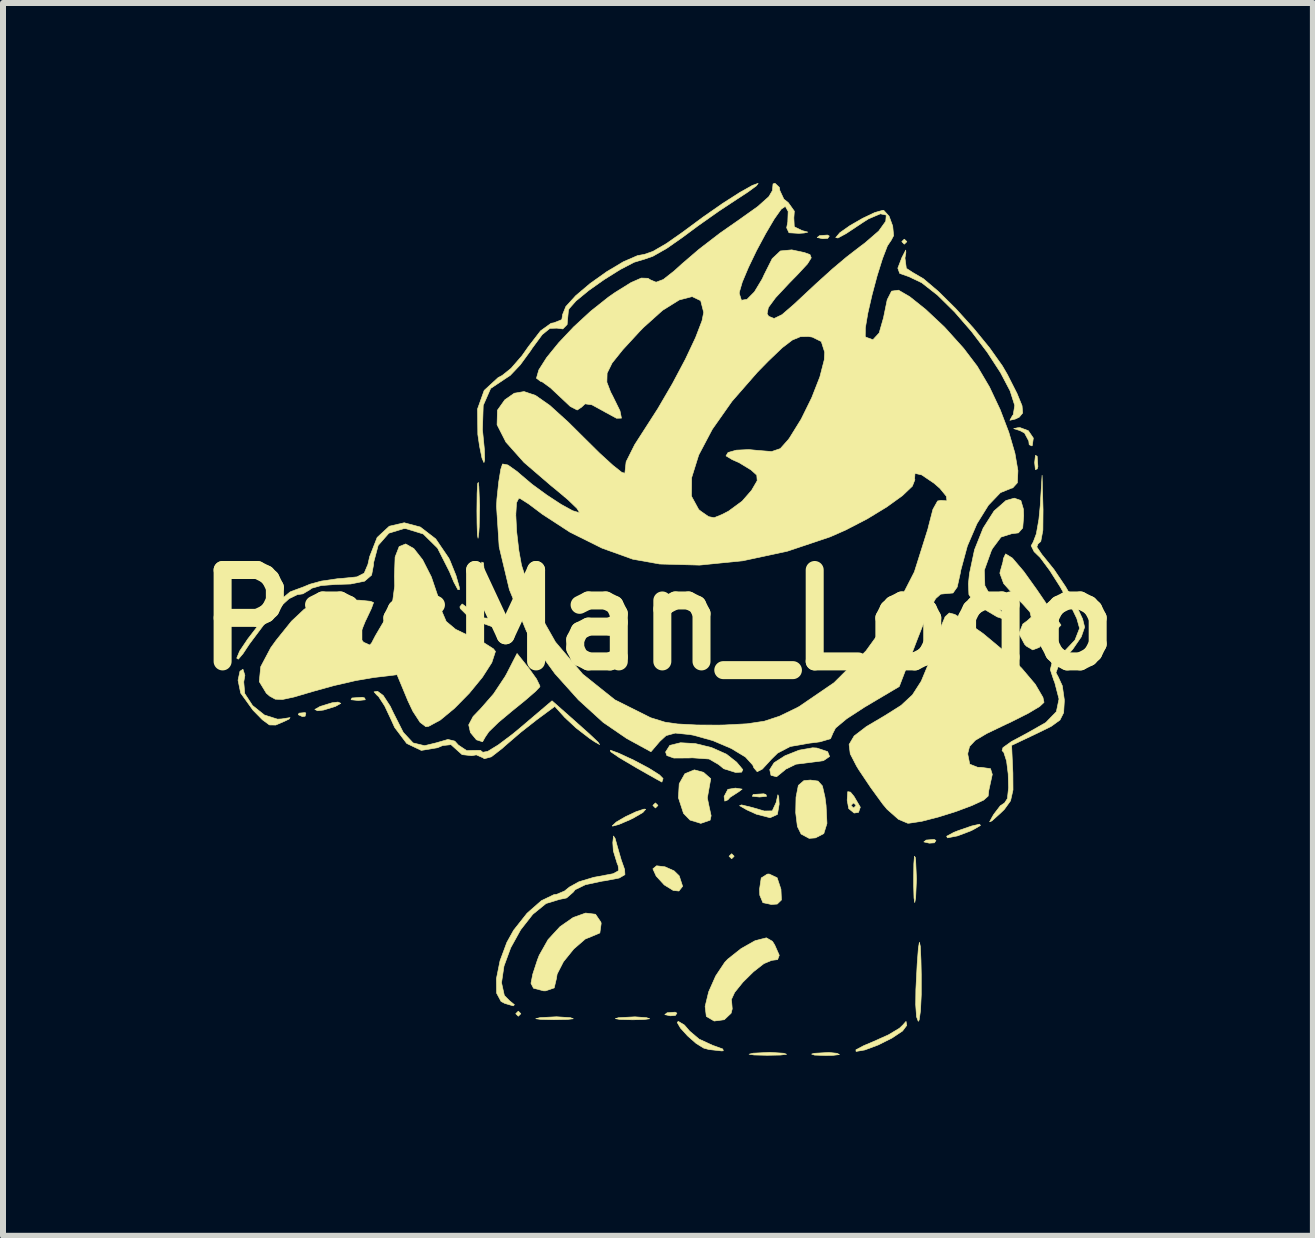
<source format=kicad_pcb>
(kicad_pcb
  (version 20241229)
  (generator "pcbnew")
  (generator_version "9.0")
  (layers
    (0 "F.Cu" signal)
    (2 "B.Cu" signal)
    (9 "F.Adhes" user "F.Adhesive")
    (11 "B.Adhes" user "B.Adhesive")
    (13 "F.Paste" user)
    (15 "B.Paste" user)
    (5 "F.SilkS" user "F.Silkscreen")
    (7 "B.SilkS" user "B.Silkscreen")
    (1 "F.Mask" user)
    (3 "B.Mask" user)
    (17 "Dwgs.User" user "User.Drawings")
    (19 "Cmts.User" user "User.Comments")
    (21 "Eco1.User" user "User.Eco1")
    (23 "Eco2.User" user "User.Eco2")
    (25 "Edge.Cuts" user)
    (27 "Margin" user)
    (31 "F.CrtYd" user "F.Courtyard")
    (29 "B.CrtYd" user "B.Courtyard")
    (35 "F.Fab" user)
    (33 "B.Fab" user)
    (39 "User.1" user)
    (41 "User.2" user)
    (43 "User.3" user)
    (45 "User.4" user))
  (footprint "PacMan_Logo"
    (layer "F.Cu")
    (at 7.918 7.286)
    (property "Reference" "PacMan_Logo" (at 0 0 0) (layer "F.SilkS") (effects (font (size 1.524 1.524) (thickness 0.3))))
    (attr through_hole)
    (fp_poly (pts (xy -2.286 6.562) (xy -2.328 6.604) (xy -2.371 6.562) (xy -2.328 6.519) (xy -2.286 6.562)) (stroke (width 0.01) (type solid)) (fill yes) (layer "F.SilkS"))
    (fp_poly (pts (xy 0 3.09) (xy -0.042 3.133) (xy -0.085 3.09) (xy -0.042 3.048) (xy 0 3.09)) (stroke (width 0.01) (type solid)) (fill yes) (layer "F.SilkS"))
    (fp_poly (pts (xy 1.27 3.937) (xy 1.228 3.979) (xy 1.185 3.937) (xy 1.228 3.895) (xy 1.27 3.937)) (stroke (width 0.01) (type solid)) (fill yes) (layer "F.SilkS"))
    (fp_poly (pts (xy 4.149 -6.308) (xy 4.106 -6.265) (xy 4.064 -6.308) (xy 4.106 -6.35) (xy 4.149 -6.308)) (stroke (width 0.01) (type solid)) (fill yes) (layer "F.SilkS"))
    (fp_poly (pts (xy -5.87 1.552) (xy -5.882 1.603) (xy -5.927 1.609) (xy -5.996 1.578) (xy -5.983 1.552) (xy -5.883 1.542) (xy -5.87 1.552)) (stroke (width 0.01) (type solid)) (fill yes) (layer "F.SilkS"))
    (fp_poly (pts (xy -4.889 1.299) (xy -4.879 1.329) (xy -4.995 1.341) (xy -5.116 1.328) (xy -5.101 1.299) (xy -4.928 1.287) (xy -4.889 1.299)) (stroke (width 0.01) (type solid)) (fill yes) (layer "F.SilkS"))
    (fp_poly (pts (xy -2.907 -0.953) (xy -2.896 -0.779) (xy -2.907 -0.741) (xy -2.938 -0.73) (xy -2.95 -0.847) (xy -2.937 -0.967) (xy -2.907 -0.953)) (stroke (width 0.01) (type solid)) (fill yes) (layer "F.SilkS"))
    (fp_poly (pts (xy 0.316 6.553) (xy 0.29 6.591) (xy 0.205 6.597) (xy 0.114 6.577) (xy 0.153 6.546) (xy 0.286 6.536) (xy 0.316 6.553)) (stroke (width 0.01) (type solid)) (fill yes) (layer "F.SilkS"))
    (fp_poly (pts (xy 1.799 2.907) (xy 1.81 2.938) (xy 1.693 2.95) (xy 1.573 2.937) (xy 1.587 2.907) (xy 1.761 2.896) (xy 1.799 2.907)) (stroke (width 0.01) (type solid)) (fill yes) (layer "F.SilkS"))
    (fp_poly (pts (xy 2.856 -6.401) (xy 2.83 -6.363) (xy 2.745 -6.357) (xy 2.654 -6.377) (xy 2.693 -6.408) (xy 2.826 -6.418) (xy 2.856 -6.401)) (stroke (width 0.01) (type solid)) (fill yes) (layer "F.SilkS"))
    (fp_poly (pts (xy 4.634 3.674) (xy 4.608 3.713) (xy 4.523 3.719) (xy 4.432 3.698) (xy 4.471 3.667) (xy 4.604 3.657) (xy 4.634 3.674)) (stroke (width 0.01) (type solid)) (fill yes) (layer "F.SilkS"))
    (fp_poly (pts (xy 6.321 -2.731) (xy 6.333 -2.557) (xy 6.321 -2.519) (xy 6.291 -2.508) (xy 6.279 -2.625) (xy 6.292 -2.745) (xy 6.321 -2.731)) (stroke (width 0.01) (type solid)) (fill yes) (layer "F.SilkS"))
    (fp_poly (pts (xy -5.287 1.388) (xy -5.376 1.439) (xy -5.574 1.5) (xy -5.673 1.512) (xy -5.72 1.49) (xy -5.63 1.439) (xy -5.433 1.379) (xy -5.334 1.367) (xy -5.287 1.388)) (stroke (width 0.01) (type solid)) (fill yes) (layer "F.SilkS"))
    (fp_poly (pts (xy -2.787 -0.432) (xy -2.737 -0.269) (xy -2.739 -0.196) (xy -2.792 -0.231) (xy -2.826 -0.3) (xy -2.87 -0.476) (xy -2.873 -0.536) (xy -2.844 -0.545) (xy -2.787 -0.432)) (stroke (width 0.01) (type solid)) (fill yes) (layer "F.SilkS"))
    (fp_poly (pts (xy -0.191 6.628) (xy -0.138 6.646) (xy -0.234 6.659) (xy -0.423 6.663) (xy -0.632 6.658) (xy -0.711 6.644) (xy -0.656 6.628) (xy -0.383 6.614) (xy -0.191 6.628)) (stroke (width 0.01) (type solid)) (fill yes) (layer "F.SilkS"))
    (fp_poly (pts (xy 1.403 2.818) (xy 1.355 2.856) (xy 1.202 2.955) (xy 1.165 2.997) (xy 1.114 3.018) (xy 1.102 2.942) (xy 1.165 2.822) (xy 1.291 2.801) (xy 1.403 2.818)) (stroke (width 0.01) (type solid)) (fill yes) (layer "F.SilkS"))
    (fp_poly (pts (xy 2.985 7.222) (xy 3.025 7.243) (xy 2.918 7.256) (xy 2.794 7.258) (xy 2.611 7.252) (xy 2.561 7.235) (xy 2.603 7.222) (xy 2.85 7.208) (xy 2.985 7.222)) (stroke (width 0.01) (type solid)) (fill yes) (layer "F.SilkS"))
    (fp_poly (pts (xy -1.459 6.628) (xy -1.412 6.646) (xy -1.513 6.658) (xy -1.736 6.662) (xy -1.953 6.657) (xy -2.037 6.645) (xy -1.969 6.628) (xy -1.967 6.627) (xy -1.691 6.613) (xy -1.459 6.628)) (stroke (width 0.01) (type solid)) (fill yes) (layer "F.SilkS"))
    (fp_poly (pts (xy 2.097 7.221) (xy 2.144 7.238) (xy 2.043 7.251) (xy 1.82 7.255) (xy 1.603 7.25) (xy 1.519 7.237) (xy 1.587 7.22) (xy 1.589 7.22) (xy 1.865 7.206) (xy 2.097 7.221)) (stroke (width 0.01) (type solid)) (fill yes) (layer "F.SilkS"))
    (fp_poly (pts (xy 0.117 4.113) (xy 0.268 4.18) (xy 0.354 4.264) (xy 0.411 4.438) (xy 0.349 4.517) (xy 0.254 4.507) (xy 0.105 4.415) (xy -0.03 4.268) (xy -0.085 4.147) (xy -0.023 4.096) (xy 0.117 4.113)) (stroke (width 0.01) (type solid)) (fill yes) (layer "F.SilkS"))
    (fp_poly (pts (xy 4.289 3.956) (xy 4.295 4) (xy 4.309 4.318) (xy 4.295 4.636) (xy 4.28 4.71) (xy 4.268 4.633) (xy 4.262 4.422) (xy 4.262 4.318) (xy 4.265 4.064) (xy 4.275 3.937) (xy 4.289 3.956)) (stroke (width 0.01) (type solid)) (fill yes) (layer "F.SilkS"))
    (fp_poly (pts (xy -2.986 -2.225) (xy -2.973 -1.905) (xy -2.98 -1.552) (xy -2.986 -1.463) (xy -2.999 -1.364) (xy -3.01 -1.419) (xy -3.016 -1.614) (xy -3.018 -1.82) (xy -3.015 -2.108) (xy -3.007 -2.272) (xy -2.995 -2.295) (xy -2.986 -2.225)) (stroke (width 0.01) (type solid)) (fill yes) (layer "F.SilkS"))
    (fp_poly (pts (xy -0.205 3.154) (xy -0.251 3.207) (xy -0.406 3.298) (xy -0.467 3.328) (xy -0.654 3.408) (xy -0.756 3.435) (xy -0.762 3.43) (xy -0.695 3.367) (xy -0.54 3.277) (xy -0.363 3.194) (xy -0.232 3.151) (xy -0.205 3.154)) (stroke (width 0.01) (type solid)) (fill yes) (layer "F.SilkS"))
    (fp_poly (pts (xy 1.986 4.295) (xy 2.05 4.487) (xy 2.058 4.666) (xy 1.988 4.734) (xy 1.89 4.741) (xy 1.749 4.711) (xy 1.697 4.586) (xy 1.693 4.487) (xy 1.721 4.299) (xy 1.822 4.235) (xy 1.853 4.233) (xy 1.986 4.295)) (stroke (width 0.01) (type solid)) (fill yes) (layer "F.SilkS"))
    (fp_poly (pts (xy 5.376 3.424) (xy 5.253 3.495) (xy 5.207 3.517) (xy 4.992 3.598) (xy 4.827 3.63) (xy 4.826 3.63) (xy 4.812 3.604) (xy 4.93 3.54) (xy 4.995 3.514) (xy 5.228 3.433) (xy 5.361 3.403) (xy 5.376 3.424)) (stroke (width 0.01) (type solid)) (fill yes) (layer "F.SilkS"))
    (fp_poly (pts (xy 6.173 -3.157) (xy 6.257 -3.034) (xy 6.24 -2.911) (xy 6.233 -2.903) (xy 6.188 -2.923) (xy 6.181 -2.985) (xy 6.11 -3.118) (xy 6.032 -3.159) (xy 5.93 -3.191) (xy 5.993 -3.205) (xy 6.035 -3.208) (xy 6.173 -3.157)) (stroke (width 0.01) (type solid)) (fill yes) (layer "F.SilkS"))
    (fp_poly (pts (xy -0.654 2.22) (xy -0.402 2.337) (xy -0.151 2.47) (xy 0.025 2.581) (xy 0.085 2.642) (xy 0.065 2.701) (xy 0.064 2.7) (xy -0.015 2.657) (xy -0.196 2.555) (xy -0.356 2.464) (xy -0.642 2.295) (xy -0.788 2.195) (xy -0.793 2.169) (xy -0.654 2.22)) (stroke (width 0.01) (type solid)) (fill yes) (layer "F.SilkS"))
    (fp_poly (pts (xy 4.147 6.756) (xy 4.077 6.85) (xy 3.9 6.968) (xy 3.673 7.082) (xy 3.448 7.166) (xy 3.302 7.191) (xy 3.3 7.163) (xy 3.429 7.095) (xy 3.592 7.026) (xy 3.842 6.914) (xy 4.024 6.805) (xy 4.077 6.755) (xy 4.135 6.69) (xy 4.147 6.756)) (stroke (width 0.01) (type solid)) (fill yes) (layer "F.SilkS"))
    (fp_poly (pts (xy 4.373 5.438) (xy 4.384 5.675) (xy 4.389 5.905) (xy 4.389 6.246) (xy 4.376 6.512) (xy 4.354 6.666) (xy 4.339 6.689) (xy 4.31 6.612) (xy 4.296 6.411) (xy 4.299 6.16) (xy 4.321 5.731) (xy 4.341 5.468) (xy 4.358 5.37) (xy 4.373 5.438)) (stroke (width 0.01) (type solid)) (fill yes) (layer "F.SilkS"))
    (fp_poly (pts (xy 0.759 2.538) (xy 0.88 2.645) (xy 0.857 2.772) (xy 0.823 2.965) (xy 0.85 3.098) (xy 0.886 3.262) (xy 0.869 3.336) (xy 0.714 3.389) (xy 0.534 3.334) (xy 0.426 3.223) (xy 0.341 2.962) (xy 0.354 2.729) (xy 0.448 2.562) (xy 0.606 2.497) (xy 0.759 2.538)) (stroke (width 0.01) (type solid)) (fill yes) (layer "F.SilkS"))
    (fp_poly (pts (xy 2.013 2.945) (xy 2.02 3.069) (xy 1.991 3.24) (xy 1.869 3.295) (xy 1.64 3.236) (xy 1.482 3.164) (xy 1.36 3.094) (xy 1.393 3.081) (xy 1.574 3.125) (xy 1.771 3.183) (xy 1.905 3.181) (xy 1.97 3.041) (xy 1.971 3.035) (xy 1.999 2.912) (xy 2.013 2.945)) (stroke (width 0.01) (type solid)) (fill yes) (layer "F.SilkS"))
    (fp_poly (pts (xy 0.441 6.751) (xy 0.527 6.851) (xy 0.685 6.985) (xy 0.915 7.091) (xy 0.934 7.097) (xy 1.08 7.15) (xy 1.089 7.18) (xy 1.058 7.182) (xy 0.85 7.159) (xy 0.762 7.135) (xy 0.636 7.057) (xy 0.494 6.932) (xy 0.375 6.801) (xy 0.321 6.708) (xy 0.338 6.689) (xy 0.441 6.751)) (stroke (width 0.01) (type solid)) (fill yes) (layer "F.SilkS"))
    (fp_poly (pts (xy 2.648 2.133) (xy 2.828 2.193) (xy 2.861 2.274) (xy 2.758 2.344) (xy 2.557 2.371) (xy 2.299 2.403) (xy 2.127 2.487) (xy 2.117 2.498) (xy 1.977 2.612) (xy 1.884 2.588) (xy 1.863 2.493) (xy 1.936 2.378) (xy 2.119 2.261) (xy 2.352 2.169) (xy 2.578 2.129) (xy 2.648 2.133)) (stroke (width 0.01) (type solid)) (fill yes) (layer "F.SilkS"))
    (fp_poly (pts (xy 2.668 2.684) (xy 2.741 2.765) (xy 2.784 2.952) (xy 2.802 3.09) (xy 2.817 3.39) (xy 2.764 3.56) (xy 2.625 3.631) (xy 2.52 3.639) (xy 2.386 3.567) (xy 2.324 3.441) (xy 2.296 3.212) (xy 2.301 2.954) (xy 2.34 2.756) (xy 2.432 2.677) (xy 2.54 2.667) (xy 2.668 2.684)) (stroke (width 0.01) (type solid)) (fill yes) (layer "F.SilkS"))
    (fp_poly (pts (xy 3.209 2.868) (xy 3.268 2.94) (xy 3.373 3.119) (xy 3.343 3.206) (xy 3.27 3.217) (xy 3.18 3.144) (xy 3.17 3.09) (xy 3.217 3.09) (xy 3.26 3.133) (xy 3.302 3.09) (xy 3.26 3.048) (xy 3.217 3.09) (xy 3.17 3.09) (xy 3.154 3.004) (xy 3.163 2.86) (xy 3.209 2.868)) (stroke (width 0.01) (type solid)) (fill yes) (layer "F.SilkS"))
    (fp_poly (pts (xy -3.144 -0.18) (xy -3.125 -0.162) (xy -2.931 -0.038) (xy -2.786 -0.027) (xy -2.674 -0.033) (xy -2.667 0.001) (xy -2.645 0.088) (xy -2.604 0.113) (xy -2.555 0.152) (xy -2.582 0.158) (xy -2.709 0.13) (xy -2.92 0.055) (xy -2.985 0.029) (xy -3.184 -0.081) (xy -3.295 -0.192) (xy -3.302 -0.221) (xy -3.264 -0.269) (xy -3.144 -0.18)) (stroke (width 0.01) (type solid)) (fill yes) (layer "F.SilkS"))
    (fp_poly (pts (xy 0.623 2.059) (xy 0.892 2.125) (xy 1.142 2.236) (xy 1.312 2.37) (xy 1.414 2.493) (xy 1.395 2.535) (xy 1.293 2.54) (xy 1.096 2.478) (xy 1.011 2.408) (xy 0.852 2.316) (xy 0.57 2.296) (xy 0.514 2.299) (xy 0.265 2.3) (xy 0.148 2.259) (xy 0.127 2.199) (xy 0.197 2.089) (xy 0.376 2.045) (xy 0.623 2.059)) (stroke (width 0.01) (type solid)) (fill yes) (layer "F.SilkS"))
    (fp_poly (pts (xy -6.886 0.922) (xy -6.905 1.031) (xy -6.888 1.226) (xy -6.758 1.425) (xy -6.56 1.583) (xy -6.342 1.652) (xy -6.272 1.648) (xy -6.133 1.626) (xy -6.149 1.65) (xy -6.223 1.686) (xy -6.372 1.75) (xy -6.477 1.748) (xy -6.594 1.662) (xy -6.75 1.503) (xy -6.956 1.217) (xy -7 1.003) (xy -6.968 0.853) (xy -6.918 0.82) (xy -6.886 0.922)) (stroke (width 0.01) (type solid)) (fill yes) (layer "F.SilkS"))
    (fp_poly (pts (xy -2.149 0.808) (xy -2.024 0.983) (xy -1.968 1.099) (xy -1.969 1.113) (xy -2.041 1.189) (xy -2.211 1.336) (xy -2.434 1.517) (xy -2.66 1.706) (xy -2.82 1.862) (xy -2.879 1.949) (xy -2.924 2.029) (xy -3.026 1.996) (xy -3.126 1.875) (xy -3.155 1.747) (xy -3.081 1.607) (xy -2.952 1.473) (xy -2.74 1.23) (xy -2.55 0.944) (xy -2.521 0.892) (xy -2.349 0.557) (xy -2.149 0.808)) (stroke (width 0.01) (type solid)) (fill yes) (layer "F.SilkS"))
    (fp_poly (pts (xy -1.041 4.904) (xy -0.951 5.036) (xy -0.947 5.059) (xy -0.969 5.216) (xy -1.046 5.249) (xy -1.212 5.317) (xy -1.404 5.483) (xy -1.576 5.696) (xy -1.681 5.901) (xy -1.693 5.976) (xy -1.73 6.132) (xy -1.871 6.18) (xy -1.905 6.181) (xy -2.075 6.137) (xy -2.117 6.055) (xy -2.087 5.902) (xy -2.011 5.67) (xy -1.98 5.589) (xy -1.832 5.327) (xy -1.633 5.111) (xy -1.413 4.958) (xy -1.206 4.884) (xy -1.041 4.904)) (stroke (width 0.01) (type solid)) (fill yes) (layer "F.SilkS"))
    (fp_poly (pts (xy 5.908 -1.033) (xy 6.097 -0.811) (xy 6.314 -0.508) (xy 6.718 0.084) (xy 6.519 0.296) (xy 6.355 0.456) (xy 6.247 0.497) (xy 6.143 0.436) (xy 6.113 0.406) (xy 6.017 0.227) (xy 6.082 0.066) (xy 6.154 0.013) (xy 6.222 -0.048) (xy 6.201 -0.133) (xy 6.073 -0.276) (xy 5.975 -0.37) (xy 5.762 -0.609) (xy 5.699 -0.781) (xy 5.705 -0.809) (xy 5.751 -0.971) (xy 5.757 -1.023) (xy 5.795 -1.103) (xy 5.908 -1.033)) (stroke (width 0.01) (type solid)) (fill yes) (layer "F.SilkS"))
    (fp_poly (pts (xy 1.908 5.355) (xy 1.946 5.416) (xy 2.022 5.588) (xy 1.994 5.66) (xy 1.894 5.673) (xy 1.765 5.727) (xy 1.591 5.863) (xy 1.415 6.037) (xy 1.278 6.207) (xy 1.222 6.329) (xy 1.227 6.349) (xy 1.238 6.481) (xy 1.219 6.554) (xy 1.105 6.662) (xy 0.937 6.684) (xy 0.806 6.607) (xy 0.806 6.606) (xy 0.786 6.441) (xy 0.845 6.197) (xy 0.962 5.933) (xy 1.113 5.706) (xy 1.163 5.653) (xy 1.385 5.477) (xy 1.611 5.349) (xy 1.628 5.342) (xy 1.807 5.297) (xy 1.908 5.355)) (stroke (width 0.01) (type solid)) (fill yes) (layer "F.SilkS"))
    (fp_poly (pts (xy 6.049 -1.993) (xy 6.092 -1.848) (xy 6.096 -1.736) (xy 6.08 -1.535) (xy 6.008 -1.453) (xy 5.894 -1.439) (xy 5.718 -1.383) (xy 5.575 -1.192) (xy 5.555 -1.151) (xy 5.44 -0.831) (xy 5.449 -0.574) (xy 5.587 -0.323) (xy 5.638 -0.26) (xy 5.771 -0.082) (xy 5.777 -0.012) (xy 5.654 -0.053) (xy 5.43 -0.185) (xy 5.259 -0.307) (xy 5.183 -0.425) (xy 5.175 -0.605) (xy 5.192 -0.772) (xy 5.277 -1.173) (xy 5.421 -1.533) (xy 5.602 -1.818) (xy 5.801 -1.993) (xy 5.94 -2.032) (xy 6.049 -1.993)) (stroke (width 0.01) (type solid)) (fill yes) (layer "F.SilkS"))
    (fp_poly (pts (xy 4.132 -6.122) (xy 4.117 -6.035) (xy 4.14 -5.863) (xy 4.241 -5.797) (xy 4.424 -5.69) (xy 4.675 -5.477) (xy 4.963 -5.192) (xy 5.257 -4.868) (xy 5.527 -4.538) (xy 5.742 -4.235) (xy 5.824 -4.094) (xy 5.986 -3.775) (xy 6.069 -3.572) (xy 6.079 -3.451) (xy 6.022 -3.382) (xy 5.957 -3.351) (xy 5.866 -3.33) (xy 5.907 -3.405) (xy 5.922 -3.423) (xy 5.947 -3.577) (xy 5.87 -3.82) (xy 5.71 -4.125) (xy 5.489 -4.464) (xy 5.226 -4.811) (xy 4.943 -5.137) (xy 4.659 -5.417) (xy 4.396 -5.623) (xy 4.182 -5.725) (xy 4.03 -5.778) (xy 3.998 -5.866) (xy 4.067 -6.045) (xy 4.072 -6.054) (xy 4.13 -6.167) (xy 4.132 -6.122)) (stroke (width 0.01) (type solid)) (fill yes) (layer "F.SilkS"))
    (fp_poly (pts (xy -0.714 3.641) (xy -0.679 3.768) (xy -0.613 3.997) (xy -0.556 4.158) (xy -0.551 4.244) (xy -0.646 4.3) (xy -0.873 4.344) (xy -0.931 4.352) (xy -1.211 4.412) (xy -1.381 4.495) (xy -1.41 4.533) (xy -1.523 4.632) (xy -1.643 4.657) (xy -1.866 4.725) (xy -2.087 4.905) (xy -2.289 5.163) (xy -2.455 5.463) (xy -2.567 5.768) (xy -2.608 6.045) (xy -2.561 6.258) (xy -2.477 6.343) (xy -2.393 6.412) (xy -2.413 6.431) (xy -2.554 6.39) (xy -2.616 6.357) (xy -2.69 6.219) (xy -2.693 5.978) (xy -2.633 5.68) (xy -2.519 5.373) (xy -2.406 5.17) (xy -2.182 4.887) (xy -1.944 4.678) (xy -1.734 4.577) (xy -1.69 4.572) (xy -1.558 4.517) (xy -1.475 4.45) (xy -1.318 4.363) (xy -1.073 4.289) (xy -0.975 4.271) (xy -0.747 4.228) (xy -0.654 4.176) (xy -0.665 4.09) (xy -0.679 4.06) (xy -0.744 3.848) (xy -0.753 3.71) (xy -0.741 3.6) (xy -0.714 3.641)) (stroke (width 0.01) (type solid)) (fill yes) (layer "F.SilkS"))
    (fp_poly (pts (xy 4.948 -0.094) (xy 5.063 -0.024) (xy 5.421 0.226) (xy 5.763 0.511) (xy 6.062 0.802) (xy 6.289 1.07) (xy 6.417 1.289) (xy 6.435 1.372) (xy 6.363 1.44) (xy 6.172 1.554) (xy 5.898 1.692) (xy 5.8 1.738) (xy 5.481 1.891) (xy 5.289 2.005) (xy 5.194 2.107) (xy 5.165 2.219) (xy 5.165 2.242) (xy 5.197 2.402) (xy 5.328 2.454) (xy 5.386 2.455) (xy 5.543 2.477) (xy 5.573 2.573) (xy 5.557 2.646) (xy 5.515 2.838) (xy 5.504 2.934) (xy 5.429 3.001) (xy 5.235 3.091) (xy 4.968 3.191) (xy 4.674 3.283) (xy 4.399 3.354) (xy 4.188 3.386) (xy 4.164 3.387) (xy 4.008 3.321) (xy 3.818 3.153) (xy 3.748 3.069) (xy 3.545 2.79) (xy 3.348 2.496) (xy 3.309 2.432) (xy 3.205 2.23) (xy 3.186 2.074) (xy 3.27 1.932) (xy 3.473 1.776) (xy 3.789 1.589) (xy 4.052 1.423) (xy 4.242 1.247) (xy 4.389 1.018) (xy 4.524 0.693) (xy 4.614 0.423) (xy 4.715 0.116) (xy 4.787 -0.056) (xy 4.856 -0.118) (xy 4.948 -0.094)) (stroke (width 0.01) (type solid)) (fill yes) (layer "F.SilkS"))
    (fp_poly (pts (xy -4.58 1.257) (xy -4.463 1.437) (xy -4.411 1.546) (xy -4.246 1.872) (xy -4.082 2.048) (xy -3.891 2.094) (xy -3.697 2.047) (xy -3.501 1.99) (xy -3.387 2.018) (xy -3.327 2.084) (xy -3.189 2.176) (xy -3.097 2.173) (xy -2.96 2.171) (xy -2.92 2.204) (xy -2.838 2.189) (xy -2.663 2.082) (xy -2.425 1.903) (xy -2.318 1.815) (xy -1.766 1.346) (xy -1.412 1.659) (xy -1.144 1.898) (xy -0.999 2.035) (xy -0.972 2.076) (xy -1.055 2.029) (xy -1.143 1.97) (xy -1.367 1.797) (xy -1.556 1.621) (xy -1.558 1.618) (xy -1.72 1.439) (xy -2.024 1.664) (xy -2.291 1.874) (xy -2.556 2.102) (xy -2.594 2.137) (xy -2.778 2.28) (xy -2.896 2.312) (xy -2.914 2.297) (xy -3.028 2.247) (xy -3.105 2.261) (xy -3.265 2.243) (xy -3.347 2.17) (xy -3.45 2.077) (xy -3.589 2.092) (xy -3.674 2.128) (xy -3.945 2.173) (xy -4.188 2.057) (xy -4.39 1.789) (xy -4.448 1.66) (xy -4.555 1.433) (xy -4.656 1.277) (xy -4.686 1.25) (xy -4.733 1.197) (xy -4.675 1.187) (xy -4.58 1.257)) (stroke (width 0.01) (type solid)) (fill yes) (layer "F.SilkS"))
    (fp_poly (pts (xy -3.962 -1.551) (xy -3.705 -1.353) (xy -3.486 -1.031) (xy -3.464 -0.984) (xy -3.367 -0.743) (xy -3.313 -0.553) (xy -3.308 -0.508) (xy -3.335 -0.507) (xy -3.404 -0.636) (xy -3.474 -0.804) (xy -3.674 -1.199) (xy -3.913 -1.435) (xy -4.2 -1.523) (xy -4.238 -1.524) (xy -4.486 -1.448) (xy -4.664 -1.245) (xy -4.741 -0.956) (xy -4.741 -0.922) (xy -4.774 -0.749) (xy -4.891 -0.648) (xy -5.124 -0.601) (xy -5.378 -0.593) (xy -5.615 -0.575) (xy -5.773 -0.53) (xy -5.8 -0.508) (xy -5.919 -0.437) (xy -6.014 -0.423) (xy -6.15 -0.356) (xy -6.347 -0.176) (xy -6.576 0.086) (xy -6.811 0.4) (xy -6.917 0.56) (xy -6.995 0.652) (xy -7.022 0.635) (xy -6.973 0.517) (xy -6.839 0.317) (xy -6.655 0.078) (xy -6.454 -0.16) (xy -6.269 -0.355) (xy -6.135 -0.467) (xy -6.112 -0.478) (xy -5.913 -0.551) (xy -5.8 -0.598) (xy -5.61 -0.65) (xy -5.342 -0.689) (xy -5.253 -0.696) (xy -5.018 -0.72) (xy -4.897 -0.782) (xy -4.835 -0.928) (xy -4.806 -1.058) (xy -4.681 -1.377) (xy -4.479 -1.564) (xy -4.23 -1.622) (xy -3.962 -1.551)) (stroke (width 0.01) (type solid)) (fill yes) (layer "F.SilkS"))
    (fp_poly (pts (xy -4.07 -1.192) (xy -3.923 -1.005) (xy -3.778 -0.72) (xy -3.651 -0.346) (xy -3.601 -0.142) (xy -3.53 0.023) (xy -3.374 0.154) (xy -3.13 0.271) (xy -2.896 0.382) (xy -2.743 0.479) (xy -2.709 0.523) (xy -2.77 0.709) (xy -2.927 0.954) (xy -3.146 1.221) (xy -3.392 1.471) (xy -3.629 1.667) (xy -3.822 1.771) (xy -3.869 1.778) (xy -3.965 1.706) (xy -4.086 1.52) (xy -4.169 1.345) (xy -4.349 0.911) (xy -4.748 0.959) (xy -5.039 1.009) (xy -5.407 1.094) (xy -5.753 1.19) (xy -6.065 1.282) (xy -6.259 1.324) (xy -6.38 1.319) (xy -6.472 1.268) (xy -6.528 1.22) (xy -6.646 1.026) (xy -6.622 0.778) (xy -6.455 0.462) (xy -6.366 0.339) (xy -6.109 0.019) (xy -5.895 -0.182) (xy -5.681 -0.291) (xy -5.424 -0.334) (xy -5.237 -0.339) (xy -4.973 -0.331) (xy -4.793 -0.313) (xy -4.741 -0.292) (xy -4.777 -0.193) (xy -4.863 -0.011) (xy -4.876 0.014) (xy -4.957 0.213) (xy -4.938 0.334) (xy -4.907 0.37) (xy -4.803 0.416) (xy -4.773 0.381) (xy -4.71 0.26) (xy -4.594 0.063) (xy -4.555 0) (xy -4.429 -0.267) (xy -4.389 -0.569) (xy -4.393 -0.731) (xy -4.382 -1.05) (xy -4.314 -1.225) (xy -4.206 -1.269) (xy -4.07 -1.192)) (stroke (width 0.01) (type solid)) (fill yes) (layer "F.SilkS"))
    (fp_poly (pts (xy 1.641 -7.239) (xy 1.499 -7.135) (xy 1.312 -7.013) (xy 1.012 -6.815) (xy 0.665 -6.57) (xy 0.409 -6.38) (xy 0.146 -6.196) (xy -0.086 -6.064) (xy -0.239 -6.011) (xy -0.242 -6.011) (xy -0.398 -5.964) (xy -0.63 -5.843) (xy -0.897 -5.676) (xy -1.157 -5.492) (xy -1.366 -5.32) (xy -1.482 -5.189) (xy -1.493 -5.158) (xy -1.511 -4.966) (xy -1.514 -4.926) (xy -1.586 -4.853) (xy -1.685 -4.866) (xy -1.802 -4.862) (xy -1.929 -4.759) (xy -2.097 -4.531) (xy -2.122 -4.492) (xy -2.296 -4.254) (xy -2.462 -4.079) (xy -2.556 -4.017) (xy -2.789 -3.861) (xy -2.913 -3.578) (xy -2.926 -3.172) (xy -2.918 -3.095) (xy -2.893 -2.84) (xy -2.889 -2.669) (xy -2.901 -2.625) (xy -2.934 -2.701) (xy -2.974 -2.898) (xy -3.003 -3.095) (xy -3.008 -3.518) (xy -2.897 -3.828) (xy -2.664 -4.042) (xy -2.599 -4.076) (xy -2.449 -4.196) (xy -2.266 -4.407) (xy -2.159 -4.559) (xy -1.957 -4.821) (xy -1.782 -4.947) (xy -1.736 -4.955) (xy -1.603 -5.008) (xy -1.589 -5.095) (xy -1.536 -5.226) (xy -1.371 -5.407) (xy -1.131 -5.61) (xy -0.854 -5.807) (xy -0.578 -5.972) (xy -0.341 -6.075) (xy -0.226 -6.096) (xy -0.085 -6.145) (xy 0.139 -6.275) (xy 0.399 -6.457) (xy 0.409 -6.464) (xy 0.751 -6.717) (xy 1.08 -6.946) (xy 1.366 -7.129) (xy 1.576 -7.247) (xy 1.67 -7.28) (xy 1.641 -7.239)) (stroke (width 0.01) (type solid)) (fill yes) (layer "F.SilkS"))
    (fp_poly (pts (xy 6.419 -1.841) (xy 6.416 -1.497) (xy 6.381 -1.31) (xy 6.335 -1.27) (xy 6.315 -1.218) (xy 6.399 -1.093) (xy 6.411 -1.079) (xy 6.602 -0.842) (xy 6.795 -0.555) (xy 6.963 -0.264) (xy 7.078 -0.019) (xy 7.112 0.118) (xy 7.056 0.28) (xy 6.914 0.487) (xy 6.841 0.568) (xy 6.678 0.757) (xy 6.634 0.878) (xy 6.672 0.948) (xy 6.74 1.096) (xy 6.773 1.325) (xy 6.773 1.362) (xy 6.762 1.545) (xy 6.701 1.666) (xy 6.555 1.772) (xy 6.334 1.881) (xy 5.895 2.089) (xy 5.916 2.549) (xy 5.918 2.832) (xy 5.877 3.013) (xy 5.774 3.156) (xy 5.709 3.219) (xy 5.566 3.348) (xy 5.528 3.363) (xy 5.579 3.269) (xy 5.597 3.239) (xy 5.706 3.096) (xy 5.778 3.048) (xy 5.825 2.975) (xy 5.844 2.794) (xy 5.838 2.566) (xy 5.811 2.35) (xy 5.764 2.204) (xy 5.736 2.178) (xy 5.751 2.126) (xy 5.891 2.026) (xy 6.126 1.9) (xy 6.138 1.894) (xy 6.464 1.709) (xy 6.641 1.527) (xy 6.685 1.316) (xy 6.614 1.042) (xy 6.597 1) (xy 6.54 0.827) (xy 6.569 0.709) (xy 6.708 0.577) (xy 6.76 0.536) (xy 6.951 0.334) (xy 7.027 0.139) (xy 7.027 0.134) (xy 6.982 -0.025) (xy 6.864 -0.271) (xy 6.704 -0.555) (xy 6.53 -0.828) (xy 6.371 -1.042) (xy 6.27 -1.14) (xy 6.221 -1.239) (xy 6.256 -1.302) (xy 6.307 -1.437) (xy 6.35 -1.681) (xy 6.372 -1.908) (xy 6.403 -2.413) (xy 6.419 -1.841)) (stroke (width 0.01) (type solid)) (fill yes) (layer "F.SilkS"))
    (fp_poly (pts (xy 2.023 -7.213) (xy 2.032 -7.159) (xy 2.098 -7.017) (xy 2.172 -6.958) (xy 2.273 -6.816) (xy 2.265 -6.704) (xy 2.272 -6.556) (xy 2.401 -6.493) (xy 2.498 -6.467) (xy 2.437 -6.452) (xy 2.348 -6.446) (xy 2.184 -6.456) (xy 2.145 -6.539) (xy 2.164 -6.637) (xy 2.17 -6.812) (xy 2.123 -6.896) (xy 2.054 -6.849) (xy 1.938 -6.685) (xy 1.795 -6.442) (xy 1.644 -6.161) (xy 1.508 -5.878) (xy 1.405 -5.633) (xy 1.356 -5.465) (xy 1.355 -5.444) (xy 1.391 -5.331) (xy 1.484 -5.346) (xy 1.608 -5.471) (xy 1.738 -5.687) (xy 1.77 -5.757) (xy 1.904 -6.024) (xy 2.041 -6.153) (xy 2.23 -6.171) (xy 2.441 -6.126) (xy 2.534 -6.092) (xy 2.555 -6.038) (xy 2.492 -5.937) (xy 2.328 -5.76) (xy 2.19 -5.619) (xy 1.959 -5.372) (xy 1.84 -5.21) (xy 1.819 -5.106) (xy 1.845 -5.064) (xy 1.936 -5.027) (xy 2.068 -5.091) (xy 2.265 -5.261) (xy 2.628 -5.6) (xy 2.908 -5.853) (xy 3.143 -6.051) (xy 3.371 -6.227) (xy 3.45 -6.286) (xy 3.68 -6.485) (xy 3.797 -6.648) (xy 3.805 -6.751) (xy 3.707 -6.772) (xy 3.507 -6.687) (xy 3.4 -6.618) (xy 3.14 -6.445) (xy 3 -6.369) (xy 2.963 -6.376) (xy 3.032 -6.457) (xy 3.2 -6.575) (xy 3.412 -6.697) (xy 3.614 -6.793) (xy 3.749 -6.831) (xy 3.764 -6.829) (xy 3.852 -6.733) (xy 3.913 -6.567) (xy 3.928 -6.408) (xy 3.888 -6.332) (xy 3.825 -6.239) (xy 3.743 -6.026) (xy 3.653 -5.738) (xy 3.568 -5.419) (xy 3.498 -5.115) (xy 3.457 -4.87) (xy 3.455 -4.73) (xy 3.462 -4.717) (xy 3.583 -4.673) (xy 3.687 -4.786) (xy 3.762 -5.047) (xy 3.764 -5.061) (xy 3.821 -5.339) (xy 3.894 -5.483) (xy 4.01 -5.499) (xy 4.196 -5.391) (xy 4.464 -5.177) (xy 4.778 -4.882) (xy 5.095 -4.53) (xy 5.322 -4.231) (xy 5.526 -3.885) (xy 5.704 -3.508) (xy 5.848 -3.131) (xy 5.95 -2.782) (xy 6 -2.491) (xy 5.991 -2.288) (xy 5.913 -2.202) (xy 5.9 -2.201) (xy 5.709 -2.124) (xy 5.508 -1.914) (xy 5.317 -1.606) (xy 5.157 -1.234) (xy 5.048 -0.831) (xy 5.039 -0.779) (xy 4.988 -0.55) (xy 4.918 -0.451) (xy 4.802 -0.441) (xy 4.712 -0.432) (xy 4.629 -0.358) (xy 4.535 -0.194) (xy 4.415 0.087) (xy 4.323 0.321) (xy 4.022 1.108) (xy 3.444 1.451) (xy 3.146 1.645) (xy 2.96 1.8) (xy 2.908 1.901) (xy 2.909 1.903) (xy 2.876 1.978) (xy 2.7 2.03) (xy 2.517 2.053) (xy 2.204 2.108) (xy 1.994 2.218) (xy 1.893 2.317) (xy 1.74 2.484) (xy 1.654 2.528) (xy 1.598 2.462) (xy 1.58 2.417) (xy 1.458 2.283) (xy 1.221 2.14) (xy 0.916 2.01) (xy 0.594 1.92) (xy 0.534 1.909) (xy 0.288 1.884) (xy 0.135 1.926) (xy 0.031 2.022) (xy -0.117 2.195) (xy -0.523 1.973) (xy -0.913 1.706) (xy -1.326 1.33) (xy -1.718 0.893) (xy -2.046 0.442) (xy -2.192 0.187) (xy -2.477 -0.508) (xy -2.647 -1.22) (xy -2.682 -1.756) (xy -2.37 -1.756) (xy -2.356 -1.476) (xy -2.319 -1.158) (xy -2.275 -0.914) (xy -2.057 -0.248) (xy -1.709 0.366) (xy -1.255 0.901) (xy -0.718 1.33) (xy -0.122 1.628) (xy 0.117 1.702) (xy 0.326 1.732) (xy 0.643 1.749) (xy 1.009 1.751) (xy 1.101 1.749) (xy 1.487 1.729) (xy 1.773 1.686) (xy 2.025 1.603) (xy 2.312 1.464) (xy 2.353 1.442) (xy 2.935 1.044) (xy 3.467 0.514) (xy 3.921 -0.114) (xy 4.274 -0.803) (xy 4.5 -1.52) (xy 4.506 -1.547) (xy 4.583 -1.845) (xy 4.661 -1.985) (xy 4.716 -1.995) (xy 4.817 -1.987) (xy 4.807 -2.064) (xy 4.7 -2.195) (xy 4.603 -2.28) (xy 4.396 -2.42) (xy 4.284 -2.445) (xy 4.278 -2.353) (xy 4.283 -2.34) (xy 4.24 -2.231) (xy 4.074 -2.073) (xy 3.813 -1.885) (xy 3.488 -1.687) (xy 3.129 -1.501) (xy 2.87 -1.387) (xy 2.158 -1.148) (xy 1.418 -0.989) (xy 0.694 -0.916) (xy 0.03 -0.934) (xy -0.422 -1.015) (xy -0.933 -1.199) (xy -1.466 -1.464) (xy -1.93 -1.766) (xy -1.96 -1.789) (xy -2.153 -1.934) (xy -2.289 -2.021) (xy -2.319 -2.032) (xy -2.358 -1.956) (xy -2.37 -1.756) (xy -2.682 -1.756) (xy -2.691 -1.897) (xy -2.685 -2.016) (xy -2.655 -2.301) (xy -2.62 -2.515) (xy -2.591 -2.602) (xy -2.502 -2.585) (xy -2.348 -2.476) (xy -2.306 -2.439) (xy -2.098 -2.263) (xy -1.854 -2.085) (xy -1.616 -1.929) (xy -1.423 -1.823) (xy -1.316 -1.791) (xy -1.31 -1.795) (xy -1.351 -1.862) (xy -1.498 -2.004) (xy -1.57 -2.065) (xy 0.558 -2.065) (xy 0.679 -1.843) (xy 0.716 -1.813) (xy 0.844 -1.724) (xy 0.936 -1.706) (xy 1.069 -1.76) (xy 1.177 -1.816) (xy 1.403 -1.982) (xy 1.56 -2.162) (xy 1.654 -2.323) (xy 1.647 -2.416) (xy 1.552 -2.502) (xy 1.352 -2.624) (xy 1.238 -2.674) (xy 1.134 -2.737) (xy 1.168 -2.793) (xy 1.305 -2.832) (xy 1.515 -2.842) (xy 1.661 -2.828) (xy 1.895 -2.809) (xy 2.039 -2.858) (xy 2.171 -3.006) (xy 2.193 -3.036) (xy 2.388 -3.351) (xy 2.563 -3.707) (xy 2.698 -4.052) (xy 2.772 -4.338) (xy 2.779 -4.465) (xy 2.722 -4.643) (xy 2.572 -4.717) (xy 2.505 -4.727) (xy 2.375 -4.724) (xy 2.24 -4.668) (xy 2.072 -4.54) (xy 1.839 -4.317) (xy 1.658 -4.132) (xy 1.234 -3.647) (xy 0.906 -3.181) (xy 0.679 -2.751) (xy 0.561 -2.373) (xy 0.558 -2.065) (xy -1.57 -2.065) (xy -1.722 -2.192) (xy -1.777 -2.236) (xy -2.234 -2.629) (xy -2.535 -2.967) (xy -2.682 -3.256) (xy -2.676 -3.498) (xy -2.554 -3.67) (xy -2.396 -3.781) (xy -2.232 -3.809) (xy -2.042 -3.745) (xy -1.803 -3.578) (xy -1.493 -3.297) (xy -1.246 -3.052) (xy -0.972 -2.781) (xy -0.751 -2.579) (xy -0.603 -2.462) (xy -0.549 -2.447) (xy -0.551 -2.457) (xy -0.531 -2.638) (xy -0.388 -2.924) (xy -0.26 -3.123) (xy -0.003 -3.523) (xy 0.242 -3.943) (xy 0.458 -4.35) (xy 0.627 -4.709) (xy 0.734 -4.988) (xy 0.762 -5.129) (xy 0.712 -5.324) (xy 0.57 -5.392) (xy 0.354 -5.336) (xy 0.077 -5.163) (xy -0.244 -4.875) (xy -0.305 -4.812) (xy -0.588 -4.505) (xy -0.765 -4.284) (xy -0.848 -4.115) (xy -0.852 -3.965) (xy -0.79 -3.802) (xy -0.756 -3.737) (xy -0.633 -3.487) (xy -0.609 -3.366) (xy -0.691 -3.364) (xy -0.885 -3.469) (xy -0.898 -3.477) (xy -1.101 -3.588) (xy -1.215 -3.604) (xy -1.275 -3.548) (xy -1.346 -3.501) (xy -1.462 -3.561) (xy -1.615 -3.705) (xy -1.792 -3.871) (xy -1.925 -3.968) (xy -1.957 -3.979) (xy -2.026 -4.031) (xy -1.986 -4.17) (xy -1.856 -4.375) (xy -1.656 -4.621) (xy -1.405 -4.887) (xy -1.122 -5.148) (xy -0.826 -5.383) (xy -0.717 -5.459) (xy -0.449 -5.626) (xy -0.278 -5.701) (xy -0.167 -5.697) (xy -0.122 -5.669) (xy -0.032 -5.632) (xy 0.089 -5.677) (xy 0.273 -5.822) (xy 0.403 -5.94) (xy 0.683 -6.18) (xy 1.033 -6.449) (xy 1.377 -6.689) (xy 1.378 -6.69) (xy 1.662 -6.892) (xy 1.848 -7.058) (xy 1.911 -7.165) (xy 1.909 -7.173) (xy 1.918 -7.27) (xy 1.95 -7.281) (xy 2.023 -7.213)) (stroke (width 0.01) (type solid)) (fill yes) (layer "F.SilkS")))
  (gr_rect
    (start -3 -3)
    (end 18.835 17.55)
    (stroke (width 0.1) (type default))
    (fill no)
    (layer "Edge.Cuts")))
</source>
